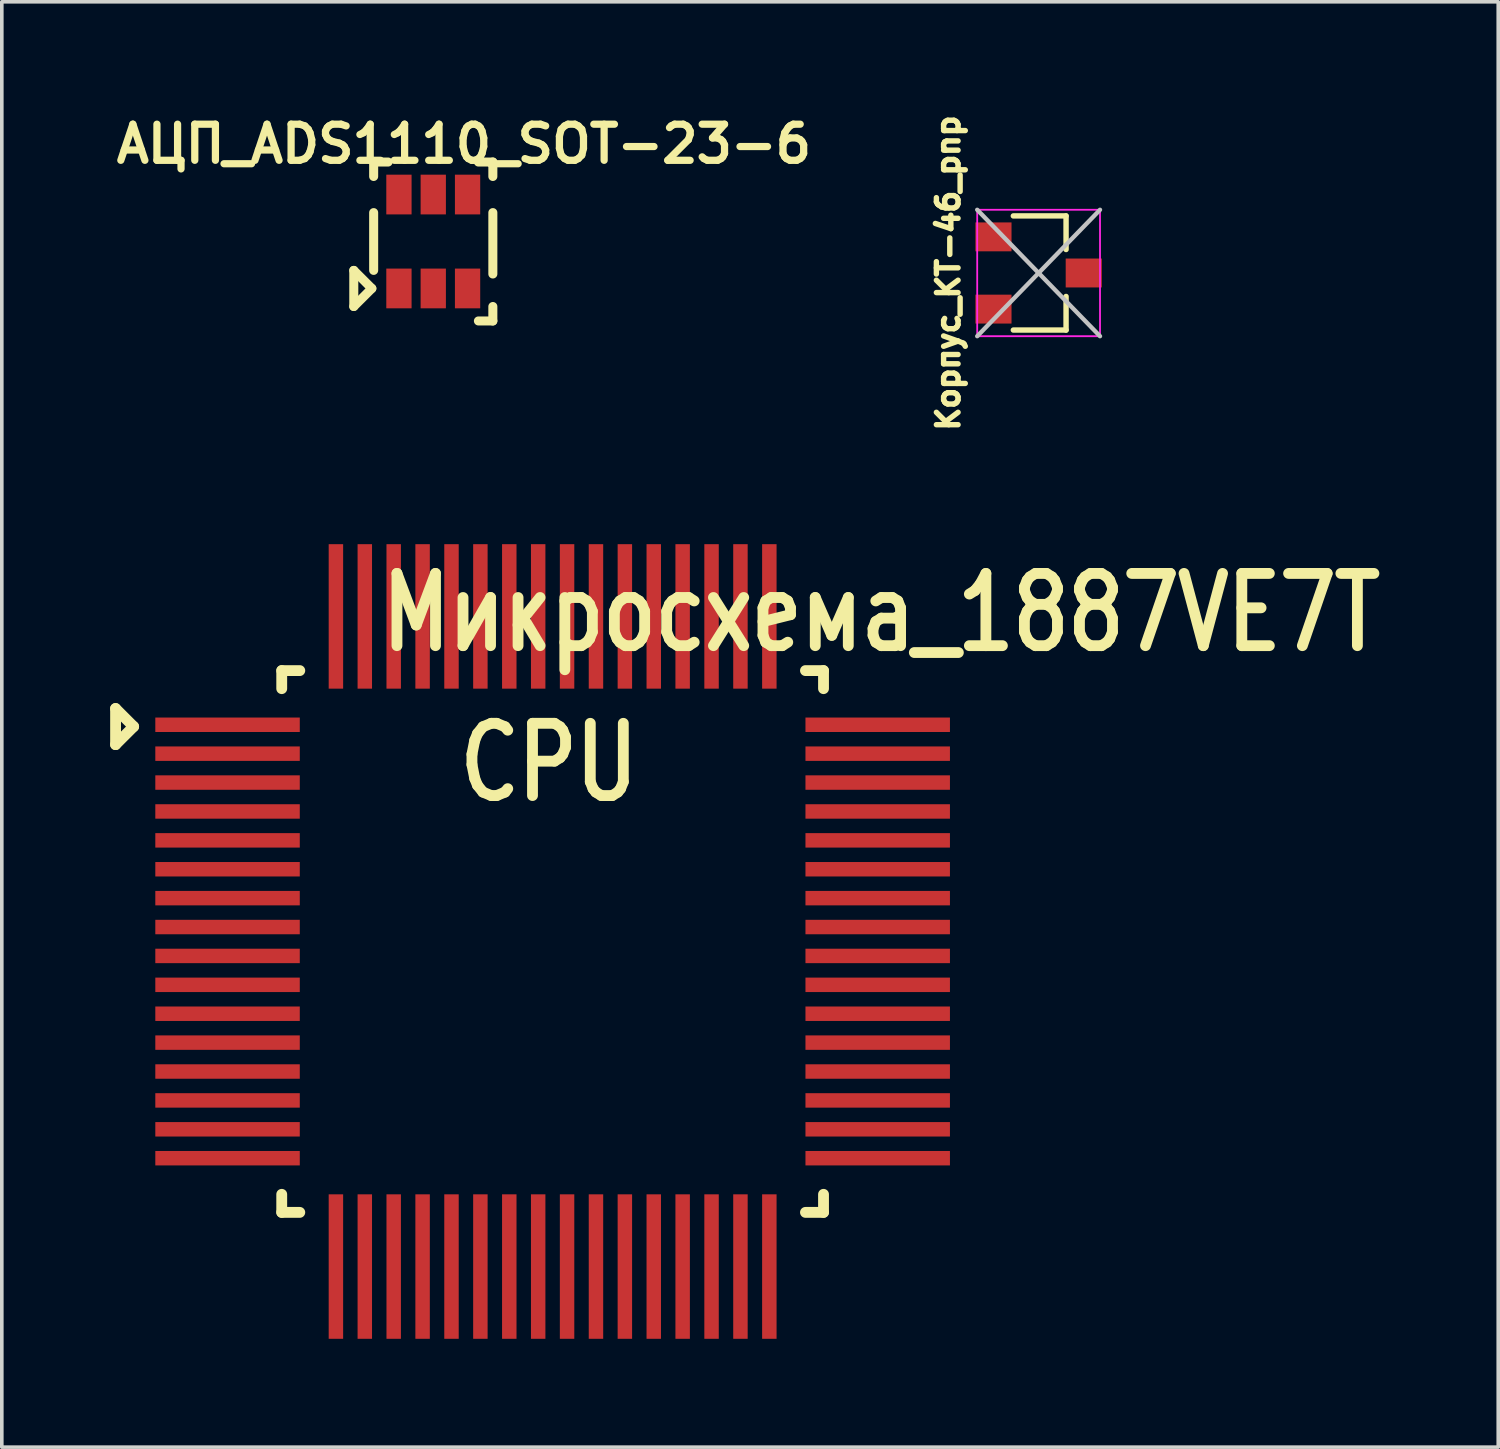
<source format=kicad_pcb>
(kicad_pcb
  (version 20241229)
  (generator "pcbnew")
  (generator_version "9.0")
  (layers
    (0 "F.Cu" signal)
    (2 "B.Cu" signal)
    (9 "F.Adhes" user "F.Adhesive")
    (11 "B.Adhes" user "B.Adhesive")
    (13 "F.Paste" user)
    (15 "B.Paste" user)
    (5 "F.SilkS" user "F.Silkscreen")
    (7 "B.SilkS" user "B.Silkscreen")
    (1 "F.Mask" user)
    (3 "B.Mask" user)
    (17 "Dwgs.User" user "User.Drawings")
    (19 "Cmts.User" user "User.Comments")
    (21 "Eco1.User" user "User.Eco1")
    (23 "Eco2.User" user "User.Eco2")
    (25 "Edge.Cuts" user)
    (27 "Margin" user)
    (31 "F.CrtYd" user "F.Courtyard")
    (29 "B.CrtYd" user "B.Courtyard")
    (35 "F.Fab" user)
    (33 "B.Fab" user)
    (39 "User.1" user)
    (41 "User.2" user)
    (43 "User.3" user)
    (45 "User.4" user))
  (footprint "Микросхема_1887VE7T"
    (layer "F.Cu")
    (at 9.15 16.816)
    (property "Reference" "Микросхема_1887VE7T" (at 12.2 -2.9 180) (layer "F.SilkS") (effects (font (size 2 1.6) (thickness 0.3))))
    (attr through_hole)
    (fp_line (start -9 -0.25) (end -8.5 0.25) (stroke (width 0.3) (type solid)) (layer "F.SilkS"))
    (fp_line (start -9 0.75) (end -9 -0.25) (stroke (width 0.3) (type solid)) (layer "F.SilkS"))
    (fp_line (start -8.5 0.25) (end -9 0.75) (stroke (width 0.3) (type solid)) (layer "F.SilkS"))
    (fp_line (start -4.4 -1.3) (end -3.9 -1.3) (stroke (width 0.3) (type solid)) (layer "F.SilkS"))
    (fp_line (start -4.4 -0.8) (end -4.4 -1.3) (stroke (width 0.3) (type solid)) (layer "F.SilkS"))
    (fp_line (start -4.4 13.2) (end -4.4 13.7) (stroke (width 0.3) (type solid)) (layer "F.SilkS"))
    (fp_line (start -4.4 13.7) (end -3.9 13.7) (stroke (width 0.3) (type solid)) (layer "F.SilkS"))
    (fp_line (start 10.1 -1.3) (end 10.6 -1.3) (stroke (width 0.3) (type solid)) (layer "F.SilkS"))
    (fp_line (start 10.1 13.7) (end 10.6 13.7) (stroke (width 0.3) (type solid)) (layer "F.SilkS"))
    (fp_line (start 10.6 -1.3) (end 10.6 -0.8) (stroke (width 0.3) (type solid)) (layer "F.SilkS"))
    (fp_line (start 10.6 13.7) (end 10.6 13.2) (stroke (width 0.3) (type solid)) (layer "F.SilkS"))
    (fp_text user "CPU" (at 3 1.25 0) (layer "F.SilkS") (effects (font (size 2 1.6) (thickness 0.3))))
    (pad "1" smd rect (at -5.9 0.2) (size 4 0.4) (layers "F.Cu" "F.Mask" "F.Paste"))
    (pad "2" smd rect (at -5.9 1) (size 4 0.4) (layers "F.Cu" "F.Mask" "F.Paste"))
    (pad "3" smd rect (at -5.9 1.8) (size 4 0.4) (layers "F.Cu" "F.Mask" "F.Paste"))
    (pad "4" smd rect (at -5.9 2.6) (size 4 0.4) (layers "F.Cu" "F.Mask" "F.Paste"))
    (pad "5" smd rect (at -5.9 3.4) (size 4 0.4) (layers "F.Cu" "F.Mask" "F.Paste"))
    (pad "6" smd rect (at -5.9 4.2) (size 4 0.4) (layers "F.Cu" "F.Mask" "F.Paste"))
    (pad "7" smd rect (at -5.9 5) (size 4 0.4) (layers "F.Cu" "F.Mask" "F.Paste"))
    (pad "8" smd rect (at -5.9 5.8) (size 4 0.4) (layers "F.Cu" "F.Mask" "F.Paste"))
    (pad "9" smd rect (at -5.9 6.6) (size 4 0.4) (layers "F.Cu" "F.Mask" "F.Paste"))
    (pad "10" smd rect (at -5.9 7.4) (size 4 0.4) (layers "F.Cu" "F.Mask" "F.Paste"))
    (pad "11" smd rect (at -5.9 8.2) (size 4 0.4) (layers "F.Cu" "F.Mask" "F.Paste"))
    (pad "12" smd rect (at -5.9 9) (size 4 0.4) (layers "F.Cu" "F.Mask" "F.Paste"))
    (pad "13" smd rect (at -5.9 9.8) (size 4 0.4) (layers "F.Cu" "F.Mask" "F.Paste"))
    (pad "14" smd rect (at -5.9 10.6) (size 4 0.4) (layers "F.Cu" "F.Mask" "F.Paste"))
    (pad "15" smd rect (at -5.9 11.4) (size 4 0.4) (layers "F.Cu" "F.Mask" "F.Paste"))
    (pad "16" smd rect (at -5.9 12.2) (size 4 0.4) (layers "F.Cu" "F.Mask" "F.Paste"))
    (pad "17" smd rect (at -2.9 15.2) (size 0.4 4) (layers "F.Cu" "F.Mask" "F.Paste"))
    (pad "18" smd rect (at -2.1 15.2) (size 0.4 4) (layers "F.Cu" "F.Mask" "F.Paste"))
    (pad "19" smd rect (at -1.3 15.2) (size 0.4 4) (layers "F.Cu" "F.Mask" "F.Paste"))
    (pad "20" smd rect (at -0.5 15.2) (size 0.4 4) (layers "F.Cu" "F.Mask" "F.Paste"))
    (pad "21" smd rect (at 0.3 15.2) (size 0.4 4) (layers "F.Cu" "F.Mask" "F.Paste"))
    (pad "22" smd rect (at 1.1 15.2) (size 0.4 4) (layers "F.Cu" "F.Mask" "F.Paste"))
    (pad "23" smd rect (at 1.9 15.2) (size 0.4 4) (layers "F.Cu" "F.Mask" "F.Paste"))
    (pad "24" smd rect (at 2.7 15.2) (size 0.4 4) (layers "F.Cu" "F.Mask" "F.Paste"))
    (pad "25" smd rect (at 3.5 15.2) (size 0.4 4) (layers "F.Cu" "F.Mask" "F.Paste"))
    (pad "26" smd rect (at 4.3 15.2) (size 0.4 4) (layers "F.Cu" "F.Mask" "F.Paste"))
    (pad "27" smd rect (at 5.1 15.2) (size 0.4 4) (layers "F.Cu" "F.Mask" "F.Paste"))
    (pad "28" smd rect (at 5.9 15.2) (size 0.4 4) (layers "F.Cu" "F.Mask" "F.Paste"))
    (pad "29" smd rect (at 6.7 15.2) (size 0.4 4) (layers "F.Cu" "F.Mask" "F.Paste"))
    (pad "30" smd rect (at 7.5 15.2) (size 0.4 4) (layers "F.Cu" "F.Mask" "F.Paste"))
    (pad "31" smd rect (at 8.3 15.2) (size 0.4 4) (layers "F.Cu" "F.Mask" "F.Paste"))
    (pad "32" smd rect (at 9.1 15.2) (size 0.4 4) (layers "F.Cu" "F.Mask" "F.Paste"))
    (pad "33" smd rect (at 12.1 12.2) (size 4 0.4) (layers "F.Cu" "F.Mask" "F.Paste"))
    (pad "34" smd rect (at 12.1 11.4) (size 4 0.4) (layers "F.Cu" "F.Mask" "F.Paste"))
    (pad "35" smd rect (at 12.1 10.6) (size 4 0.4) (layers "F.Cu" "F.Mask" "F.Paste"))
    (pad "36" smd rect (at 12.1 9.8) (size 4 0.4) (layers "F.Cu" "F.Mask" "F.Paste"))
    (pad "37" smd rect (at 12.1 9) (size 4 0.4) (layers "F.Cu" "F.Mask" "F.Paste"))
    (pad "38" smd rect (at 12.1 8.2) (size 4 0.4) (layers "F.Cu" "F.Mask" "F.Paste"))
    (pad "39" smd rect (at 12.1 7.4) (size 4 0.4) (layers "F.Cu" "F.Mask" "F.Paste"))
    (pad "40" smd rect (at 12.1 6.6) (size 4 0.4) (layers "F.Cu" "F.Mask" "F.Paste"))
    (pad "41" smd rect (at 12.1 5.8) (size 4 0.4) (layers "F.Cu" "F.Mask" "F.Paste"))
    (pad "42" smd rect (at 12.1 5) (size 4 0.4) (layers "F.Cu" "F.Mask" "F.Paste"))
    (pad "43" smd rect (at 12.1 4.2) (size 4 0.4) (layers "F.Cu" "F.Mask" "F.Paste"))
    (pad "44" smd rect (at 12.1 3.4) (size 4 0.4) (layers "F.Cu" "F.Mask" "F.Paste"))
    (pad "45" smd rect (at 12.1 2.6) (size 4 0.4) (layers "F.Cu" "F.Mask" "F.Paste"))
    (pad "46" smd rect (at 12.1 1.8) (size 4 0.4) (layers "F.Cu" "F.Mask" "F.Paste"))
    (pad "47" smd rect (at 12.1 1) (size 4 0.4) (layers "F.Cu" "F.Mask" "F.Paste"))
    (pad "48" smd rect (at 12.1 0.2) (size 4 0.4) (layers "F.Cu" "F.Mask" "F.Paste"))
    (pad "49" smd rect (at 9.1 -2.8) (size 0.4 4) (layers "F.Cu" "F.Mask" "F.Paste"))
    (pad "50" smd rect (at 8.3 -2.8) (size 0.4 4) (layers "F.Cu" "F.Mask" "F.Paste"))
    (pad "51" smd rect (at 7.5 -2.8) (size 0.4 4) (layers "F.Cu" "F.Mask" "F.Paste"))
    (pad "52" smd rect (at 6.7 -2.8) (size 0.4 4) (layers "F.Cu" "F.Mask" "F.Paste"))
    (pad "53" smd rect (at 5.9 -2.8) (size 0.4 4) (layers "F.Cu" "F.Mask" "F.Paste"))
    (pad "54" smd rect (at 5.1 -2.8) (size 0.4 4) (layers "F.Cu" "F.Mask" "F.Paste"))
    (pad "55" smd rect (at 4.3 -2.8) (size 0.4 4) (layers "F.Cu" "F.Mask" "F.Paste"))
    (pad "56" smd rect (at 3.5 -2.8) (size 0.4 4) (layers "F.Cu" "F.Mask" "F.Paste"))
    (pad "57" smd rect (at 2.7 -2.8) (size 0.4 4) (layers "F.Cu" "F.Mask" "F.Paste"))
    (pad "58" smd rect (at 1.9 -2.8) (size 0.4 4) (layers "F.Cu" "F.Mask" "F.Paste"))
    (pad "59" smd rect (at 1.1 -2.8) (size 0.4 4) (layers "F.Cu" "F.Mask" "F.Paste"))
    (pad "60" smd rect (at 0.3 -2.8) (size 0.4 4) (layers "F.Cu" "F.Mask" "F.Paste"))
    (pad "61" smd rect (at -0.5 -2.8) (size 0.4 4) (layers "F.Cu" "F.Mask" "F.Paste"))
    (pad "62" smd rect (at -1.3 -2.8) (size 0.4 4) (layers "F.Cu" "F.Mask" "F.Paste"))
    (pad "63" smd rect (at -2.1 -2.8) (size 0.4 4) (layers "F.Cu" "F.Mask" "F.Paste"))
    (pad "64" smd rect (at -2.9 -2.8) (size 0.4 4) (layers "F.Cu" "F.Mask" "F.Paste")))
  (footprint "АЦП_ADS1110_SOT-23-6"
    (layer "F.Cu")
    (at 7.995 4.936)
    (property "Reference" "АЦП_ADS1110_SOT-23-6" (at 1.8 -4 0) (layer "F.SilkS") (effects (font (size 1 1) (thickness 0.2))))
    (attr smd)
    (fp_line (start -1.25 -0.5) (end -1.25 0.5) (stroke (width 0.25) (type solid)) (layer "F.SilkS"))
    (fp_line (start -1.25 0.5) (end -0.75 0) (stroke (width 0.25) (type solid)) (layer "F.SilkS"))
    (fp_line (start -0.75 0) (end -1.25 -0.5) (stroke (width 0.25) (type solid)) (layer "F.SilkS"))
    (fp_line (start -0.7 -3.5) (end -0.7 -3.1) (stroke (width 0.25) (type solid)) (layer "F.SilkS"))
    (fp_line (start -0.7 -3.5) (end -0.3 -3.5) (stroke (width 0.25) (type solid)) (layer "F.SilkS"))
    (fp_line (start -0.7 -0.5) (end -0.7 -2.1) (stroke (width 0.25) (type solid)) (layer "F.SilkS"))
    (fp_line (start 2.6 -3.5) (end 2.2 -3.5) (stroke (width 0.25) (type solid)) (layer "F.SilkS"))
    (fp_line (start 2.6 -3.5) (end 2.6 -3.1) (stroke (width 0.25) (type solid)) (layer "F.SilkS"))
    (fp_line (start 2.6 -2.1) (end 2.6 -0.4) (stroke (width 0.25) (type solid)) (layer "F.SilkS"))
    (fp_line (start 2.6 0.9) (end 2.2 0.9) (stroke (width 0.25) (type solid)) (layer "F.SilkS"))
    (fp_line (start 2.6 0.9) (end 2.6 0.5) (stroke (width 0.25) (type solid)) (layer "F.SilkS"))
    (pad "1" smd rect (at 0 0 90) (size 1.1 0.7) (layers "F.Cu" "F.Mask" "F.Paste"))
    (pad "2" smd rect (at 0.95 0 90) (size 1.1 0.7) (layers "F.Cu" "F.Mask" "F.Paste"))
    (pad "3" smd rect (at 1.9 0 90) (size 1.1 0.7) (layers "F.Cu" "F.Mask" "F.Paste"))
    (pad "4" smd rect (at 1.9 -2.6 90) (size 1.1 0.7) (layers "F.Cu" "F.Mask" "F.Paste"))
    (pad "5" smd rect (at 0.95 -2.6 90) (size 1.1 0.7) (layers "F.Cu" "F.Mask" "F.Paste"))
    (pad "6" smd rect (at 0 -2.6 90) (size 1.1 0.7) (layers "F.Cu" "F.Mask" "F.Paste")))
  (footprint "Корпус_КТ-46_pnp"
    (layer "F.Cu")
    (at 25.705 4.508)
    (property "Reference" "Корпус_КТ-46_pnp" (at -2.5 0 270) (layer "F.SilkS") (effects (font (size 0.6 0.6) (thickness 0.15))))
    (attr smd)
    (fp_line (start 0.76 -1.58) (end -0.7 -1.58) (stroke (width 0.15) (type solid)) (layer "F.SilkS"))
    (fp_line (start 0.76 -1.58) (end 0.76 -0.65) (stroke (width 0.15) (type solid)) (layer "F.SilkS"))
    (fp_line (start 0.76 1.58) (end -0.7 1.58) (stroke (width 0.15) (type solid)) (layer "F.SilkS"))
    (fp_line (start 0.76 1.58) (end 0.76 0.65) (stroke (width 0.15) (type solid)) (layer "F.SilkS"))
    (fp_line (start -1.7 -1.75) (end 1.7 1.75) (stroke (width 0.12) (type solid)) (layer "Dwgs.User"))
    (fp_line (start 1.7 -1.75) (end -1.7 1.75) (stroke (width 0.12) (type solid)) (layer "Dwgs.User"))
    (fp_line (start -1.7 -1.75) (end 1.7 -1.75) (stroke (width 0.05) (type solid)) (layer "F.CrtYd"))
    (fp_line (start -1.7 1.75) (end -1.7 -1.75) (stroke (width 0.05) (type solid)) (layer "F.CrtYd"))
    (fp_line (start 1.7 -1.75) (end 1.7 1.75) (stroke (width 0.05) (type solid)) (layer "F.CrtYd"))
    (fp_line (start 1.7 1.75) (end -1.7 1.75) (stroke (width 0.05) (type solid)) (layer "F.CrtYd"))
    (pad "1" smd rect (at -1.25 -1) (size 1 0.8) (layers "F.Cu" "F.Mask" "F.Paste"))
    (pad "2" smd rect (at -1.25 1) (size 1 0.8) (layers "F.Cu" "F.Mask" "F.Paste"))
    (pad "3" smd rect (at 1.25 0) (size 1 0.8) (layers "F.Cu" "F.Mask" "F.Paste")))
  (gr_rect
    (start -3 -3)
    (end 38.43 37.016)
    (stroke (width 0.1) (type default))
    (fill no)
    (layer "Edge.Cuts")))
</source>
